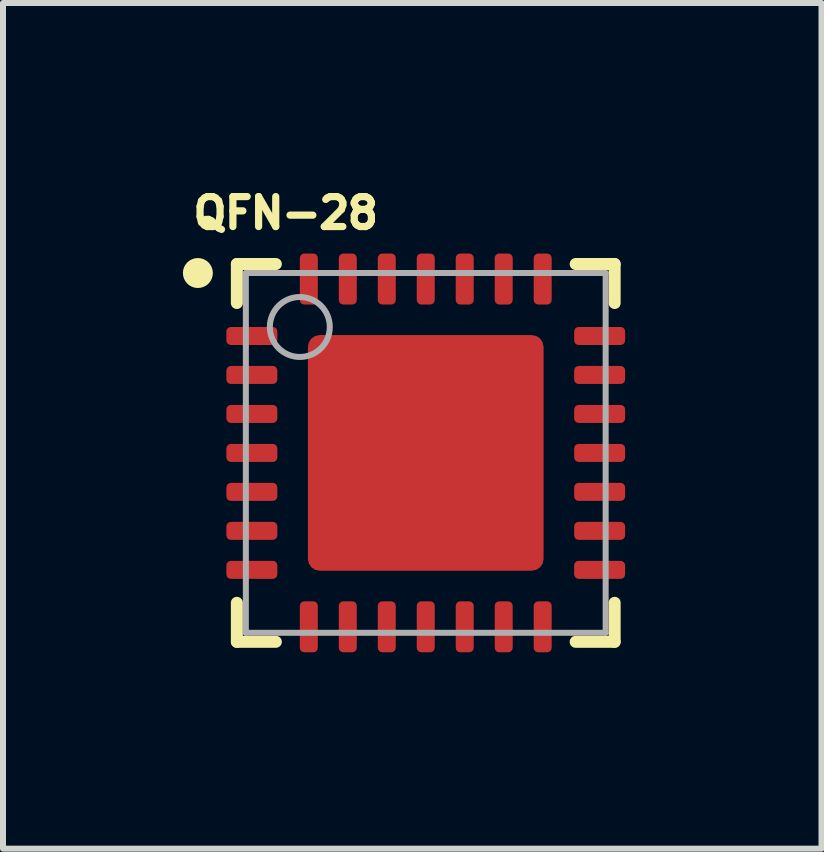
<source format=kicad_pcb>
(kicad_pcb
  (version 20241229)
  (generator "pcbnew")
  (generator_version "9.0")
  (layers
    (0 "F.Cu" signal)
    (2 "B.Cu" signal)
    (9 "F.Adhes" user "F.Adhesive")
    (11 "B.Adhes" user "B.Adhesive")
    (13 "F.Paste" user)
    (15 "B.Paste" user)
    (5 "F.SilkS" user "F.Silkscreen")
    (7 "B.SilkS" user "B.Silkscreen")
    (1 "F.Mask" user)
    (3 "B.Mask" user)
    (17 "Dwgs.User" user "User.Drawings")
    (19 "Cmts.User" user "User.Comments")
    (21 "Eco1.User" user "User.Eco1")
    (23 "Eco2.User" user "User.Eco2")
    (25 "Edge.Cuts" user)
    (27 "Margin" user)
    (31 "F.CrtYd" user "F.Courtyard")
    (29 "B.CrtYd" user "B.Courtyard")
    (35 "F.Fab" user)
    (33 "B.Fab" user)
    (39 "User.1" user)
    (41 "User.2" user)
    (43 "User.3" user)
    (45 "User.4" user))
  (footprint "QFN-28"
    (layer "F.Cu")
    (at 4.05 4.503)
    (property "Reference" "QFN-28" (at -2.335 -4 0) (unlocked yes) (layer "F.SilkS") (effects (font (size 0.5 0.5) (thickness 0.12))))
    (fp_line (start -3.15 -3.15) (end -3.15 -2.5) (stroke (width 0.2) (type solid)) (layer "F.SilkS"))
    (fp_line (start -3.15 -3.15) (end -2.5 -3.15) (stroke (width 0.2) (type solid)) (layer "F.SilkS"))
    (fp_line (start -3.15 2.5) (end -3.15 3.15) (stroke (width 0.2) (type solid)) (layer "F.SilkS"))
    (fp_line (start -3.15 3.15) (end -2.5 3.15) (stroke (width 0.2) (type solid)) (layer "F.SilkS"))
    (fp_line (start 2.5 -3.15) (end 3.15 -3.15) (stroke (width 0.2) (type solid)) (layer "F.SilkS"))
    (fp_line (start 2.5 3.15) (end 3.15 3.15) (stroke (width 0.2) (type solid)) (layer "F.SilkS"))
    (fp_line (start 3.15 -3.15) (end 3.15 -2.5) (stroke (width 0.2) (type solid)) (layer "F.SilkS"))
    (fp_line (start 3.15 2.5) (end 3.15 3.15) (stroke (width 0.2) (type solid)) (layer "F.SilkS"))
    (fp_circle (center -3.8 -3) (end -3.675 -3) (stroke (width 0.25) (type solid)) (fill no) (layer "F.SilkS"))
    (fp_line (start -3 -3) (end -3 3) (stroke (width 0.1) (type solid)) (layer "F.Fab"))
    (fp_line (start -3 -3) (end 3 -3) (stroke (width 0.1) (type solid)) (layer "F.Fab"))
    (fp_line (start -3 3) (end 3 3) (stroke (width 0.1) (type solid)) (layer "F.Fab"))
    (fp_line (start 3 -3) (end 3 3) (stroke (width 0.1) (type solid)) (layer "F.Fab"))
    (fp_circle (center -2.1 -2.1) (end -1.6 -2.1) (stroke (width 0.1) (type solid)) (fill no) (layer "F.Fab"))
    (fp_line (start -3.575 -3.575) (end -3.575 3.575) (stroke (width 0.05) (type solid)) (layer "User.13"))
    (fp_line (start -3.575 -3.575) (end 3.575 -3.575) (stroke (width 0.05) (type solid)) (layer "User.13"))
    (fp_line (start -3.575 3.575) (end 3.575 3.575) (stroke (width 0.05) (type solid)) (layer "User.13"))
    (fp_line (start -0.5 0) (end 0.5 0) (stroke (width 0.1) (type solid)) (layer "User.13"))
    (fp_line (start 0 -0.5) (end 0 0.5) (stroke (width 0.1) (type solid)) (layer "User.13"))
    (fp_line (start 3.575 -3.575) (end 3.575 3.575) (stroke (width 0.05) (type solid)) (layer "User.13"))
    (pad "1" smd roundrect (at -2.9 -1.95 90) (size 0.3 0.85) (layers "F.Cu" "F.Mask" "F.Paste") (roundrect_rratio 0.25))
    (pad "2" smd roundrect (at -2.9 -1.3 90) (size 0.3 0.85) (layers "F.Cu" "F.Mask" "F.Paste") (roundrect_rratio 0.25))
    (pad "3" smd roundrect (at -2.9 -0.65 90) (size 0.3 0.85) (layers "F.Cu" "F.Mask" "F.Paste") (roundrect_rratio 0.25))
    (pad "4" smd roundrect (at -2.9 0 90) (size 0.3 0.85) (layers "F.Cu" "F.Mask" "F.Paste") (roundrect_rratio 0.25))
    (pad "5" smd roundrect (at -2.9 0.65 90) (size 0.3 0.85) (layers "F.Cu" "F.Mask" "F.Paste") (roundrect_rratio 0.25))
    (pad "6" smd roundrect (at -2.9 1.3 90) (size 0.3 0.85) (layers "F.Cu" "F.Mask" "F.Paste") (roundrect_rratio 0.25))
    (pad "7" smd roundrect (at -2.9 1.95 90) (size 0.3 0.85) (layers "F.Cu" "F.Mask" "F.Paste") (roundrect_rratio 0.25))
    (pad "8" smd roundrect (at -1.95 2.9) (size 0.3 0.85) (layers "F.Cu" "F.Mask" "F.Paste") (roundrect_rratio 0.25))
    (pad "9" smd roundrect (at -1.3 2.9) (size 0.3 0.85) (layers "F.Cu" "F.Mask" "F.Paste") (roundrect_rratio 0.25))
    (pad "10" smd roundrect (at -0.65 2.9) (size 0.3 0.85) (layers "F.Cu" "F.Mask" "F.Paste") (roundrect_rratio 0.25))
    (pad "11" smd roundrect (at 0 2.9) (size 0.3 0.85) (layers "F.Cu" "F.Mask" "F.Paste") (roundrect_rratio 0.25))
    (pad "12" smd roundrect (at 0.65 2.9) (size 0.3 0.85) (layers "F.Cu" "F.Mask" "F.Paste") (roundrect_rratio 0.25))
    (pad "13" smd roundrect (at 1.3 2.9) (size 0.3 0.85) (layers "F.Cu" "F.Mask" "F.Paste") (roundrect_rratio 0.25))
    (pad "14" smd roundrect (at 1.95 2.9) (size 0.3 0.85) (layers "F.Cu" "F.Mask" "F.Paste") (roundrect_rratio 0.25))
    (pad "15" smd roundrect (at 2.9 1.95 90) (size 0.3 0.85) (layers "F.Cu" "F.Mask" "F.Paste") (roundrect_rratio 0.25))
    (pad "16" smd roundrect (at 2.9 1.3 90) (size 0.3 0.85) (layers "F.Cu" "F.Mask" "F.Paste") (roundrect_rratio 0.25))
    (pad "17" smd roundrect (at 2.9 0.65 90) (size 0.3 0.85) (layers "F.Cu" "F.Mask" "F.Paste") (roundrect_rratio 0.25))
    (pad "18" smd roundrect (at 2.9 0 90) (size 0.3 0.85) (layers "F.Cu" "F.Mask" "F.Paste") (roundrect_rratio 0.25))
    (pad "19" smd roundrect (at 2.9 -0.65 90) (size 0.3 0.85) (layers "F.Cu" "F.Mask" "F.Paste") (roundrect_rratio 0.25))
    (pad "20" smd roundrect (at 2.9 -1.3 90) (size 0.3 0.85) (layers "F.Cu" "F.Mask" "F.Paste") (roundrect_rratio 0.25))
    (pad "21" smd roundrect (at 2.9 -1.95 90) (size 0.3 0.85) (layers "F.Cu" "F.Mask" "F.Paste") (roundrect_rratio 0.25))
    (pad "22" smd roundrect (at 1.95 -2.9) (size 0.3 0.85) (layers "F.Cu" "F.Mask" "F.Paste") (roundrect_rratio 0.25))
    (pad "23" smd roundrect (at 1.3 -2.9) (size 0.3 0.85) (layers "F.Cu" "F.Mask" "F.Paste") (roundrect_rratio 0.25))
    (pad "24" smd roundrect (at 0.65 -2.9) (size 0.3 0.85) (layers "F.Cu" "F.Mask" "F.Paste") (roundrect_rratio 0.25))
    (pad "25" smd roundrect (at 0 -2.9) (size 0.3 0.85) (layers "F.Cu" "F.Mask" "F.Paste") (roundrect_rratio 0.25))
    (pad "26" smd roundrect (at -0.65 -2.9) (size 0.3 0.85) (layers "F.Cu" "F.Mask" "F.Paste") (roundrect_rratio 0.25))
    (pad "27" smd roundrect (at -1.3 -2.9) (size 0.3 0.85) (layers "F.Cu" "F.Mask" "F.Paste") (roundrect_rratio 0.25))
    (pad "28" smd roundrect (at -1.95 -2.9) (size 0.3 0.85) (layers "F.Cu" "F.Mask" "F.Paste") (roundrect_rratio 0.25))
    (pad "29" smd roundrect (at 0 0) (size 3.93 3.93) (layers "F.Cu" "F.Mask" "F.Paste") (roundrect_rratio 0.05)))
  (gr_rect
    (start -3 -3)
    (end 10.65 11.103)
    (stroke (width 0.1) (type default))
    (fill no)
    (layer "Edge.Cuts")))
</source>
